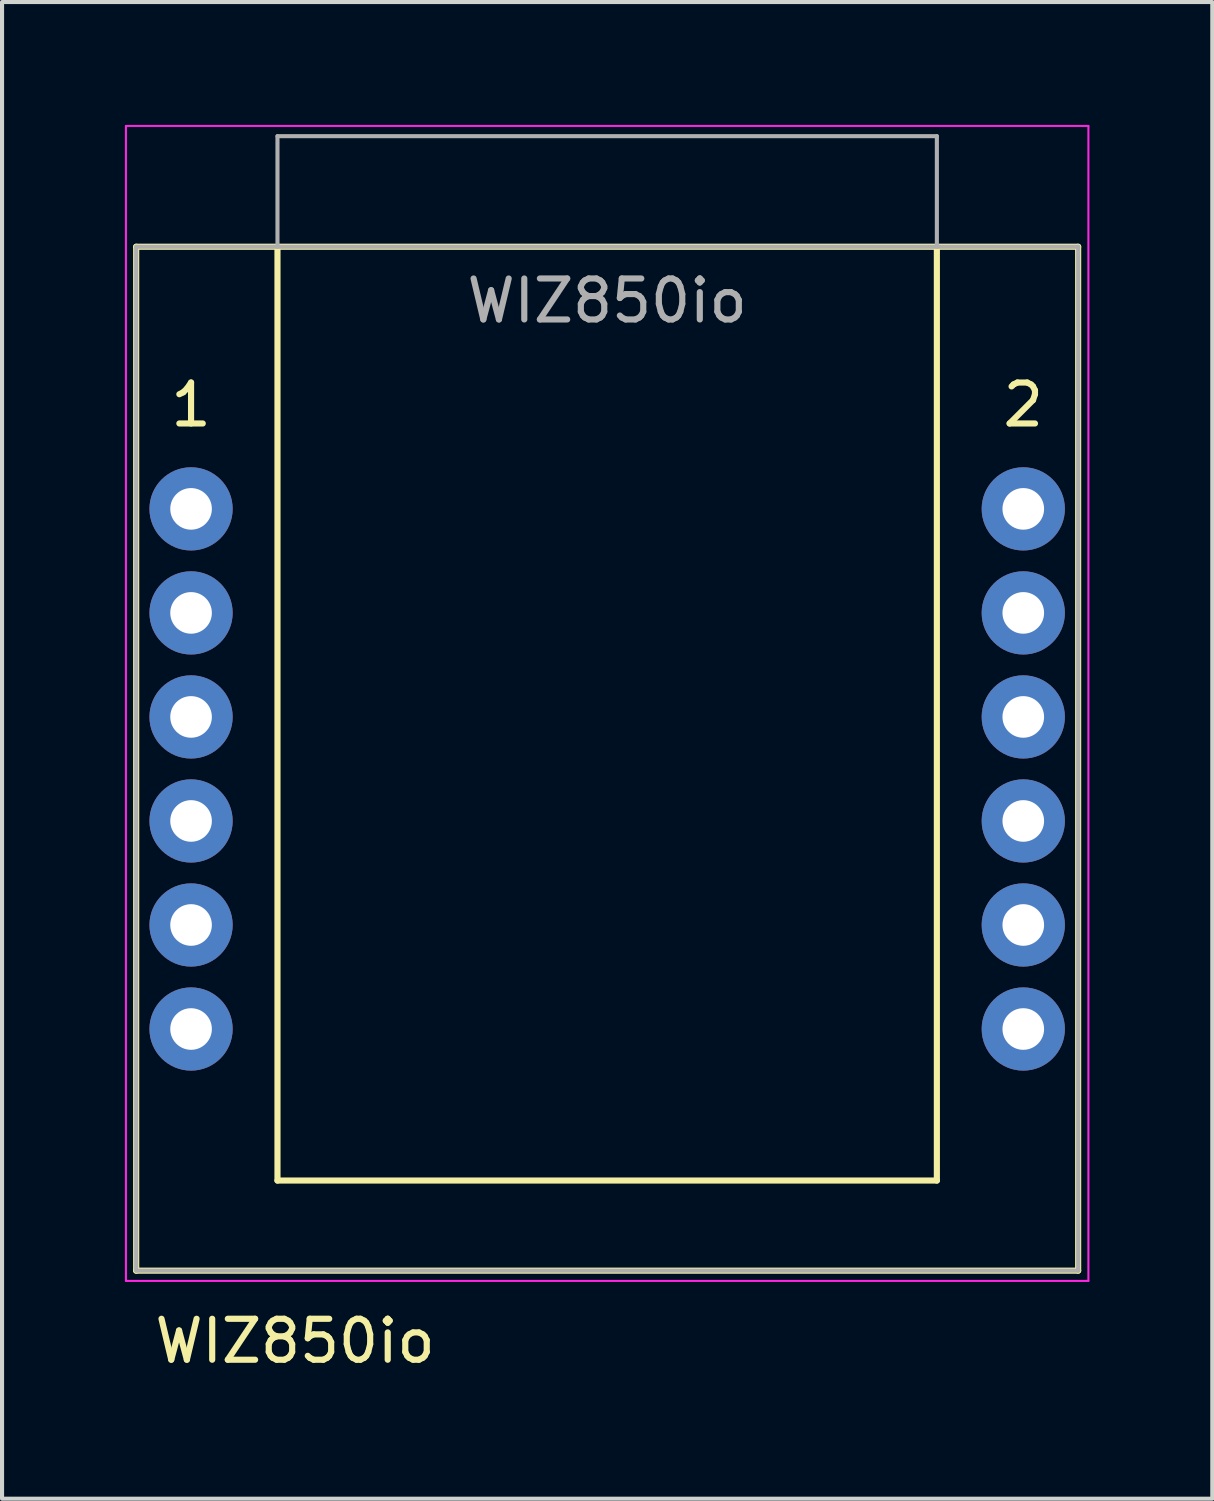
<source format=kicad_pcb>
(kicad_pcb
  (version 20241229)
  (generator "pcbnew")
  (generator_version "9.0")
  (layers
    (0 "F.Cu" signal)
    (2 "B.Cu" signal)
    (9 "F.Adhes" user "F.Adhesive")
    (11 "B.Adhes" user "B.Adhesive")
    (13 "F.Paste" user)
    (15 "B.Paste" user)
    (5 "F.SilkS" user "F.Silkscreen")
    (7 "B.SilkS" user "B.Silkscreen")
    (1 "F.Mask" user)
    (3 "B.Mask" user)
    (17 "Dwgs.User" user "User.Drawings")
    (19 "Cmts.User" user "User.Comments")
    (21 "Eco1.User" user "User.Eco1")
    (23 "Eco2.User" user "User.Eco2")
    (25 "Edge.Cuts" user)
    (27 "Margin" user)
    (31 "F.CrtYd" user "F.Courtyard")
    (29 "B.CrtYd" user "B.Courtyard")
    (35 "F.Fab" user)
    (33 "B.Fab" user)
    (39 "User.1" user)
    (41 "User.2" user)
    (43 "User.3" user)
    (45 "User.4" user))
  (footprint "WIZ850io"
    (layer "F.Cu")
    (at 1.615 9.375)
    (property "Reference" "WIZ850io" (at 10.16 -5.08 0) (layer "F.Fab") (effects (font (size 1 1) (thickness 0.15))))
    (attr through_hole)
    (fp_line (start -1.34 -6.4) (end -1.34 18.6) (stroke (width 0.15) (type solid)) (layer "F.SilkS"))
    (fp_line (start -1.34 -6.4) (end 21.66 -6.4) (stroke (width 0.15) (type solid)) (layer "F.SilkS"))
    (fp_line (start -1.34 18.6) (end 21.66 18.6) (stroke (width 0.15) (type solid)) (layer "F.SilkS"))
    (fp_line (start 2.11 -6.4) (end 2.11 16.4) (stroke (width 0.15) (type solid)) (layer "F.SilkS"))
    (fp_line (start 2.11 16.4) (end 18.21 16.4) (stroke (width 0.15) (type solid)) (layer "F.SilkS"))
    (fp_line (start 18.21 -6.4) (end 18.21 16.4) (stroke (width 0.15) (type solid)) (layer "F.SilkS"))
    (fp_line (start 21.66 -6.4) (end 21.66 18.6) (stroke (width 0.15) (type solid)) (layer "F.SilkS"))
    (fp_line (start -1.59 -9.35) (end -1.59 18.85) (stroke (width 0.05) (type solid)) (layer "F.CrtYd"))
    (fp_line (start -1.59 -9.35) (end 21.91 -9.35) (stroke (width 0.05) (type solid)) (layer "F.CrtYd"))
    (fp_line (start -1.59 18.85) (end 21.91 18.85) (stroke (width 0.05) (type solid)) (layer "F.CrtYd"))
    (fp_line (start 21.91 -9.35) (end 21.91 18.85) (stroke (width 0.05) (type solid)) (layer "F.CrtYd"))
    (fp_line (start -1.34 -6.4) (end -1.34 18.6) (stroke (width 0.1) (type solid)) (layer "F.Fab"))
    (fp_line (start -1.34 -6.4) (end 21.66 -6.4) (stroke (width 0.1) (type solid)) (layer "F.Fab"))
    (fp_line (start -1.34 18.6) (end 21.66 18.6) (stroke (width 0.1) (type solid)) (layer "F.Fab"))
    (fp_line (start 2.11 -9.1) (end 18.21 -9.1) (stroke (width 0.1) (type solid)) (layer "F.Fab"))
    (fp_line (start 2.11 -6.4) (end 2.11 -9.1) (stroke (width 0.1) (type solid)) (layer "F.Fab"))
    (fp_line (start 18.21 -6.4) (end 18.21 -9.1) (stroke (width 0.1) (type solid)) (layer "F.Fab"))
    (fp_line (start 21.66 18.6) (end 21.66 -6.4) (stroke (width 0.1) (type solid)) (layer "F.Fab"))
    (fp_text user "${REFERENCE}" (at 2.54 20.32 0) (layer "F.SilkS") (effects (font (size 1 1) (thickness 0.15))))
    (fp_text user "1" (at 0 -2.54 0) (layer "F.SilkS") (effects (font (size 1 1) (thickness 0.15))))
    (fp_text user "2" (at 20.32 -2.54 0) (layer "F.SilkS") (effects (font (size 1 1) (thickness 0.15))))
    (fp_text user "${REFERENCE}" (at 5.08 17.78 0) (layer "Eco1.User") (effects (font (size 1 1) (thickness 0.15))))
    (pad "1" thru_hole circle (at 0 0) (size 2.032 2.032) (drill 1.016) (layers "*.Cu" "*.Mask"))
    (pad "2" thru_hole circle (at 0 2.54) (size 2.032 2.032) (drill 1.016) (layers "*.Cu" "*.Mask"))
    (pad "3" thru_hole circle (at 0 5.08) (size 2.032 2.032) (drill 1.016) (layers "*.Cu" "*.Mask"))
    (pad "4" thru_hole circle (at 0 7.62) (size 2.032 2.032) (drill 1.016) (layers "*.Cu" "*.Mask"))
    (pad "5" thru_hole circle (at 0 10.16) (size 2.032 2.032) (drill 1.016) (layers "*.Cu" "*.Mask"))
    (pad "6" thru_hole circle (at 0 12.7) (size 2.032 2.032) (drill 1.016) (layers "*.Cu" "*.Mask"))
    (pad "7" thru_hole circle (at 20.32 0) (size 2.032 2.032) (drill 1.016) (layers "*.Cu" "*.Mask"))
    (pad "8" thru_hole circle (at 20.32 2.54) (size 2.032 2.032) (drill 1.016) (layers "*.Cu" "*.Mask"))
    (pad "9" thru_hole circle (at 20.32 5.08) (size 2.032 2.032) (drill 1.016) (layers "*.Cu" "*.Mask"))
    (pad "10" thru_hole circle (at 20.32 7.62) (size 2.032 2.032) (drill 1.016) (layers "*.Cu" "*.Mask"))
    (pad "11" thru_hole circle (at 20.32 10.16) (size 2.032 2.032) (drill 1.016) (layers "*.Cu" "*.Mask"))
    (pad "12" thru_hole circle (at 20.32 12.7) (size 2.032 2.032) (drill 1.016) (layers "*.Cu" "*.Mask")))
  (gr_rect
    (start -3 -3)
    (end 26.55 33.543)
    (stroke (width 0.1) (type default))
    (fill no)
    (layer "Edge.Cuts")))
</source>
